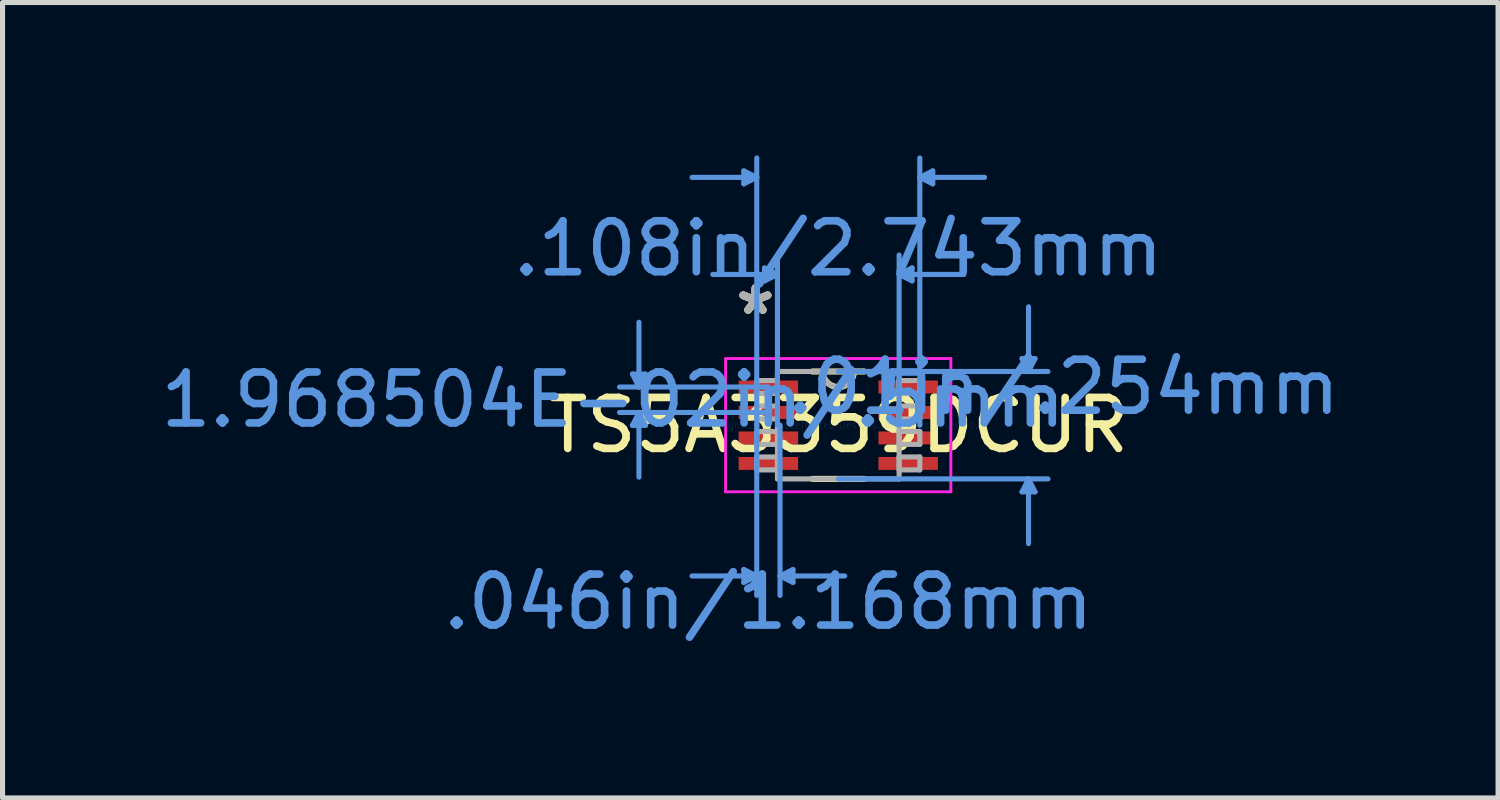
<source format=kicad_pcb>
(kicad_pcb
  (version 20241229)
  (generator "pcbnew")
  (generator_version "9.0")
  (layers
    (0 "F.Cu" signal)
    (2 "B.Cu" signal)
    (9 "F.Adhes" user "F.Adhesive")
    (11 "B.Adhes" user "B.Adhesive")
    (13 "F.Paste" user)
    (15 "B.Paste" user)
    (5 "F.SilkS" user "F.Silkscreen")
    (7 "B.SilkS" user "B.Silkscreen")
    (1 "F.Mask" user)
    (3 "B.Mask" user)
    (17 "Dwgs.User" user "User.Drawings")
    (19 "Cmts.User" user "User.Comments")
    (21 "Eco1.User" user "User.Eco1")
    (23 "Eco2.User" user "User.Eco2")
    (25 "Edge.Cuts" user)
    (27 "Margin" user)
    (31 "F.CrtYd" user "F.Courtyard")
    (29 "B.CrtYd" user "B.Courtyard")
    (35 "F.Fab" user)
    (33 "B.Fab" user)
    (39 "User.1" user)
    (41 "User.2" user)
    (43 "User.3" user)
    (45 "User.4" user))
  (footprint "TS5A3359DCUR"
    (layer "F.Cu")
    (at 13.402 5.295)
    (property "Reference" "TS5A3359DCUR" (at 0 0 0) (layer "F.SilkS") (effects (font (size 1 1) (thickness 0.15))))
    (attr through_hole)
    (fp_line (start -0.506 1.054) (end 0.506 1.054) (stroke (width 0.12) (type solid)) (layer "F.SilkS"))
    (fp_line (start 0.506 -1.054) (end -0.506 -1.054) (stroke (width 0.12) (type solid)) (layer "F.SilkS"))
    (fp_arc (start 0.3048 -1.0541) (mid 0 -0.7493) (end -0.3048 -1.0541) (stroke (width 0.12) (type solid)) (layer "F.SilkS"))
    (fp_line (start -4.039 -1.004) (end -3.785 -1.004) (stroke (width 0.1) (type solid)) (layer "Cmts.User"))
    (fp_line (start -4.039 0.004) (end -3.785 0.004) (stroke (width 0.1) (type solid)) (layer "Cmts.User"))
    (fp_line (start -3.912 -0.75) (end -4.039 -1.004) (stroke (width 0.1) (type solid)) (layer "Cmts.User"))
    (fp_line (start -3.912 -0.75) (end -3.912 -2.02) (stroke (width 0.1) (type solid)) (layer "Cmts.User"))
    (fp_line (start -3.912 -0.75) (end -3.785 -1.004) (stroke (width 0.1) (type solid)) (layer "Cmts.User"))
    (fp_line (start -3.912 -0.25) (end -4.039 0.004) (stroke (width 0.1) (type solid)) (layer "Cmts.User"))
    (fp_line (start -3.912 -0.25) (end -3.912 1.02) (stroke (width 0.1) (type solid)) (layer "Cmts.User"))
    (fp_line (start -3.912 -0.25) (end -3.785 0.004) (stroke (width 0.1) (type solid)) (layer "Cmts.User"))
    (fp_line (start -1.854 -4.991) (end -1.854 -4.737) (stroke (width 0.1) (type solid)) (layer "Cmts.User"))
    (fp_line (start -1.854 2.832) (end -1.854 3.086) (stroke (width 0.1) (type solid)) (layer "Cmts.User"))
    (fp_line (start -1.6 -4.864) (end -2.87 -4.864) (stroke (width 0.1) (type solid)) (layer "Cmts.User"))
    (fp_line (start -1.6 -4.864) (end -1.854 -4.991) (stroke (width 0.1) (type solid)) (layer "Cmts.User"))
    (fp_line (start -1.6 -4.864) (end -1.854 -4.737) (stroke (width 0.1) (type solid)) (layer "Cmts.User"))
    (fp_line (start -1.6 0) (end -1.6 -5.245) (stroke (width 0.1) (type solid)) (layer "Cmts.User"))
    (fp_line (start -1.6 0) (end -1.6 3.34) (stroke (width 0.1) (type solid)) (layer "Cmts.User"))
    (fp_line (start -1.6 2.959) (end -2.87 2.959) (stroke (width 0.1) (type solid)) (layer "Cmts.User"))
    (fp_line (start -1.6 2.959) (end -1.854 2.832) (stroke (width 0.1) (type solid)) (layer "Cmts.User"))
    (fp_line (start -1.6 2.959) (end -1.854 3.086) (stroke (width 0.1) (type solid)) (layer "Cmts.User"))
    (fp_line (start -1.448 -3.086) (end -1.448 -2.832) (stroke (width 0.1) (type solid)) (layer "Cmts.User"))
    (fp_line (start -1.372 -0.75) (end -4.293 -0.75) (stroke (width 0.1) (type solid)) (layer "Cmts.User"))
    (fp_line (start -1.372 -0.25) (end -4.293 -0.25) (stroke (width 0.1) (type solid)) (layer "Cmts.User"))
    (fp_line (start -1.194 -2.959) (end -2.464 -2.959) (stroke (width 0.1) (type solid)) (layer "Cmts.User"))
    (fp_line (start -1.194 -2.959) (end -1.448 -3.086) (stroke (width 0.1) (type solid)) (layer "Cmts.User"))
    (fp_line (start -1.194 -2.959) (end -1.448 -2.832) (stroke (width 0.1) (type solid)) (layer "Cmts.User"))
    (fp_line (start -1.194 0) (end -1.194 -3.34) (stroke (width 0.1) (type solid)) (layer "Cmts.User"))
    (fp_line (start -1.143 0) (end -1.143 3.34) (stroke (width 0.1) (type solid)) (layer "Cmts.User"))
    (fp_line (start -1.143 2.959) (end -0.889 2.832) (stroke (width 0.1) (type solid)) (layer "Cmts.User"))
    (fp_line (start -1.143 2.959) (end -0.889 3.086) (stroke (width 0.1) (type solid)) (layer "Cmts.User"))
    (fp_line (start -1.143 2.959) (end 0.127 2.959) (stroke (width 0.1) (type solid)) (layer "Cmts.User"))
    (fp_line (start -0.889 2.832) (end -0.889 3.086) (stroke (width 0.1) (type solid)) (layer "Cmts.User"))
    (fp_line (start 0 -1.054) (end 4.115 -1.054) (stroke (width 0.1) (type solid)) (layer "Cmts.User"))
    (fp_line (start 0 1.054) (end 4.115 1.054) (stroke (width 0.1) (type solid)) (layer "Cmts.User"))
    (fp_line (start 1.194 -2.959) (end 1.448 -3.086) (stroke (width 0.1) (type solid)) (layer "Cmts.User"))
    (fp_line (start 1.194 -2.959) (end 1.448 -2.832) (stroke (width 0.1) (type solid)) (layer "Cmts.User"))
    (fp_line (start 1.194 -2.959) (end 2.464 -2.959) (stroke (width 0.1) (type solid)) (layer "Cmts.User"))
    (fp_line (start 1.194 0) (end 1.194 -3.34) (stroke (width 0.1) (type solid)) (layer "Cmts.User"))
    (fp_line (start 1.448 -3.086) (end 1.448 -2.832) (stroke (width 0.1) (type solid)) (layer "Cmts.User"))
    (fp_line (start 1.6 -4.864) (end 1.854 -4.991) (stroke (width 0.1) (type solid)) (layer "Cmts.User"))
    (fp_line (start 1.6 -4.864) (end 1.854 -4.737) (stroke (width 0.1) (type solid)) (layer "Cmts.User"))
    (fp_line (start 1.6 -4.864) (end 2.87 -4.864) (stroke (width 0.1) (type solid)) (layer "Cmts.User"))
    (fp_line (start 1.6 0) (end 1.6 -5.245) (stroke (width 0.1) (type solid)) (layer "Cmts.User"))
    (fp_line (start 1.854 -4.991) (end 1.854 -4.737) (stroke (width 0.1) (type solid)) (layer "Cmts.User"))
    (fp_line (start 3.607 -1.308) (end 3.861 -1.308) (stroke (width 0.1) (type solid)) (layer "Cmts.User"))
    (fp_line (start 3.607 1.308) (end 3.861 1.308) (stroke (width 0.1) (type solid)) (layer "Cmts.User"))
    (fp_line (start 3.734 -1.054) (end 3.607 -1.308) (stroke (width 0.1) (type solid)) (layer "Cmts.User"))
    (fp_line (start 3.734 -1.054) (end 3.734 -2.324) (stroke (width 0.1) (type solid)) (layer "Cmts.User"))
    (fp_line (start 3.734 -1.054) (end 3.861 -1.308) (stroke (width 0.1) (type solid)) (layer "Cmts.User"))
    (fp_line (start 3.734 1.054) (end 3.607 1.308) (stroke (width 0.1) (type solid)) (layer "Cmts.User"))
    (fp_line (start 3.734 1.054) (end 3.734 2.324) (stroke (width 0.1) (type solid)) (layer "Cmts.User"))
    (fp_line (start 3.734 1.054) (end 3.861 1.308) (stroke (width 0.1) (type solid)) (layer "Cmts.User"))
    (fp_line (start -2.21 -1.308) (end 2.21 -1.308) (stroke (width 0.05) (type solid)) (layer "F.CrtYd"))
    (fp_line (start -2.21 -1.308) (end 2.21 -1.308) (stroke (width 0.05) (type solid)) (layer "F.CrtYd"))
    (fp_line (start -2.21 1.308) (end -2.21 -1.308) (stroke (width 0.05) (type solid)) (layer "F.CrtYd"))
    (fp_line (start -2.21 1.308) (end -2.21 -1.308) (stroke (width 0.05) (type solid)) (layer "F.CrtYd"))
    (fp_line (start 2.21 -1.308) (end 2.21 1.308) (stroke (width 0.05) (type solid)) (layer "F.CrtYd"))
    (fp_line (start 2.21 -1.308) (end 2.21 1.308) (stroke (width 0.05) (type solid)) (layer "F.CrtYd"))
    (fp_line (start 2.21 1.308) (end -2.21 1.308) (stroke (width 0.05) (type solid)) (layer "F.CrtYd"))
    (fp_line (start 2.21 1.308) (end -2.21 1.308) (stroke (width 0.05) (type solid)) (layer "F.CrtYd"))
    (fp_line (start -1.6 -0.877) (end -1.6 -0.623) (stroke (width 0.1) (type solid)) (layer "F.Fab"))
    (fp_line (start -1.6 -0.623) (end -1.194 -0.623) (stroke (width 0.1) (type solid)) (layer "F.Fab"))
    (fp_line (start -1.6 -0.377) (end -1.6 -0.123) (stroke (width 0.1) (type solid)) (layer "F.Fab"))
    (fp_line (start -1.6 -0.123) (end -1.194 -0.123) (stroke (width 0.1) (type solid)) (layer "F.Fab"))
    (fp_line (start -1.6 0.123) (end -1.6 0.377) (stroke (width 0.1) (type solid)) (layer "F.Fab"))
    (fp_line (start -1.6 0.377) (end -1.194 0.377) (stroke (width 0.1) (type solid)) (layer "F.Fab"))
    (fp_line (start -1.6 0.623) (end -1.6 0.877) (stroke (width 0.1) (type solid)) (layer "F.Fab"))
    (fp_line (start -1.6 0.877) (end -1.194 0.877) (stroke (width 0.1) (type solid)) (layer "F.Fab"))
    (fp_line (start -1.194 -1.054) (end -1.194 1.054) (stroke (width 0.1) (type solid)) (layer "F.Fab"))
    (fp_line (start -1.194 -0.877) (end -1.6 -0.877) (stroke (width 0.1) (type solid)) (layer "F.Fab"))
    (fp_line (start -1.194 -0.623) (end -1.194 -0.877) (stroke (width 0.1) (type solid)) (layer "F.Fab"))
    (fp_line (start -1.194 -0.377) (end -1.6 -0.377) (stroke (width 0.1) (type solid)) (layer "F.Fab"))
    (fp_line (start -1.194 -0.123) (end -1.194 -0.377) (stroke (width 0.1) (type solid)) (layer "F.Fab"))
    (fp_line (start -1.194 0.123) (end -1.6 0.123) (stroke (width 0.1) (type solid)) (layer "F.Fab"))
    (fp_line (start -1.194 0.377) (end -1.194 0.123) (stroke (width 0.1) (type solid)) (layer "F.Fab"))
    (fp_line (start -1.194 0.623) (end -1.6 0.623) (stroke (width 0.1) (type solid)) (layer "F.Fab"))
    (fp_line (start -1.194 0.877) (end -1.194 0.623) (stroke (width 0.1) (type solid)) (layer "F.Fab"))
    (fp_line (start -1.194 1.054) (end 1.194 1.054) (stroke (width 0.1) (type solid)) (layer "F.Fab"))
    (fp_line (start 1.194 -1.054) (end -1.194 -1.054) (stroke (width 0.1) (type solid)) (layer "F.Fab"))
    (fp_line (start 1.194 -0.877) (end 1.194 -0.623) (stroke (width 0.1) (type solid)) (layer "F.Fab"))
    (fp_line (start 1.194 -0.623) (end 1.6 -0.623) (stroke (width 0.1) (type solid)) (layer "F.Fab"))
    (fp_line (start 1.194 -0.377) (end 1.194 -0.123) (stroke (width 0.1) (type solid)) (layer "F.Fab"))
    (fp_line (start 1.194 -0.123) (end 1.6 -0.123) (stroke (width 0.1) (type solid)) (layer "F.Fab"))
    (fp_line (start 1.194 0.123) (end 1.194 0.377) (stroke (width 0.1) (type solid)) (layer "F.Fab"))
    (fp_line (start 1.194 0.377) (end 1.6 0.377) (stroke (width 0.1) (type solid)) (layer "F.Fab"))
    (fp_line (start 1.194 0.623) (end 1.194 0.877) (stroke (width 0.1) (type solid)) (layer "F.Fab"))
    (fp_line (start 1.194 0.877) (end 1.6 0.877) (stroke (width 0.1) (type solid)) (layer "F.Fab"))
    (fp_line (start 1.194 1.054) (end 1.194 -1.054) (stroke (width 0.1) (type solid)) (layer "F.Fab"))
    (fp_line (start 1.6 -0.877) (end 1.194 -0.877) (stroke (width 0.1) (type solid)) (layer "F.Fab"))
    (fp_line (start 1.6 -0.623) (end 1.6 -0.877) (stroke (width 0.1) (type solid)) (layer "F.Fab"))
    (fp_line (start 1.6 -0.377) (end 1.194 -0.377) (stroke (width 0.1) (type solid)) (layer "F.Fab"))
    (fp_line (start 1.6 -0.123) (end 1.6 -0.377) (stroke (width 0.1) (type solid)) (layer "F.Fab"))
    (fp_line (start 1.6 0.123) (end 1.194 0.123) (stroke (width 0.1) (type solid)) (layer "F.Fab"))
    (fp_line (start 1.6 0.377) (end 1.6 0.123) (stroke (width 0.1) (type solid)) (layer "F.Fab"))
    (fp_line (start 1.6 0.623) (end 1.194 0.623) (stroke (width 0.1) (type solid)) (layer "F.Fab"))
    (fp_line (start 1.6 0.877) (end 1.6 0.623) (stroke (width 0.1) (type solid)) (layer "F.Fab"))
    (fp_arc (start 0.3048 -1.0541) (mid 0 -0.7493) (end -0.3048 -1.0541) (stroke (width 0.1) (type solid)) (layer "F.Fab"))
    (fp_text user "*" (at -1.626 -2.147 0) (layer "F.SilkS") (effects (font (size 1 1) (thickness 0.15))))
    (fp_text user "*" (at -1.626 -2.147 0) (layer "F.SilkS") (effects (font (size 1 1) (thickness 0.15))))
    (fp_text user ".046in/1.168mm" (at -1.372 3.467 0) (layer "Cmts.User") (effects (font (size 1 1) (thickness 0.15))))
    (fp_text user ".01in/.254mm" (at 4.42 -0.75 0) (layer "Cmts.User") (effects (font (size 1 1) (thickness 0.15))))
    (fp_text user ".108in/2.743mm" (at 0 -3.467 0) (layer "Cmts.User") (effects (font (size 1 1) (thickness 0.15))))
    (fp_text user "1.968504E-02in/.5mm" (at -4.42 -0.5 0) (layer "Cmts.User") (effects (font (size 1 1) (thickness 0.15))))
    (fp_text user "Copyright 2021 Accelerated Designs. All rights reserved." (at 0 0 0) (layer "Cmts.User") (effects (font (size 0.127 0.127) (thickness 0.002))))
    (fp_text user "*" (at -1.626 -2.147 0) (layer "F.Fab") (effects (font (size 1 1) (thickness 0.15))))
    (fp_text user "*" (at -1.626 -2.147 0) (layer "F.Fab") (effects (font (size 1 1) (thickness 0.15))))
    (pad "1" smd rect (at -1.372 -0.75) (size 1.168 0.254) (layers "F.Cu" "F.Mask" "F.Paste"))
    (pad "2" smd rect (at -1.372 -0.25) (size 1.168 0.254) (layers "F.Cu" "F.Mask" "F.Paste"))
    (pad "3" smd rect (at -1.372 0.25) (size 1.168 0.254) (layers "F.Cu" "F.Mask" "F.Paste"))
    (pad "4" smd rect (at -1.372 0.75) (size 1.168 0.254) (layers "F.Cu" "F.Mask" "F.Paste"))
    (pad "5" smd rect (at 1.372 0.75) (size 1.168 0.254) (layers "F.Cu" "F.Mask" "F.Paste"))
    (pad "6" smd rect (at 1.372 0.25) (size 1.168 0.254) (layers "F.Cu" "F.Mask" "F.Paste"))
    (pad "7" smd rect (at 1.372 -0.25) (size 1.168 0.254) (layers "F.Cu" "F.Mask" "F.Paste"))
    (pad "8" smd rect (at 1.372 -0.75) (size 1.168 0.254) (layers "F.Cu" "F.Mask" "F.Paste")))
  (gr_rect
    (start -3 -3)
    (end 26.351 12.61)
    (stroke (width 0.1) (type default))
    (fill no)
    (layer "Edge.Cuts")))
</source>
